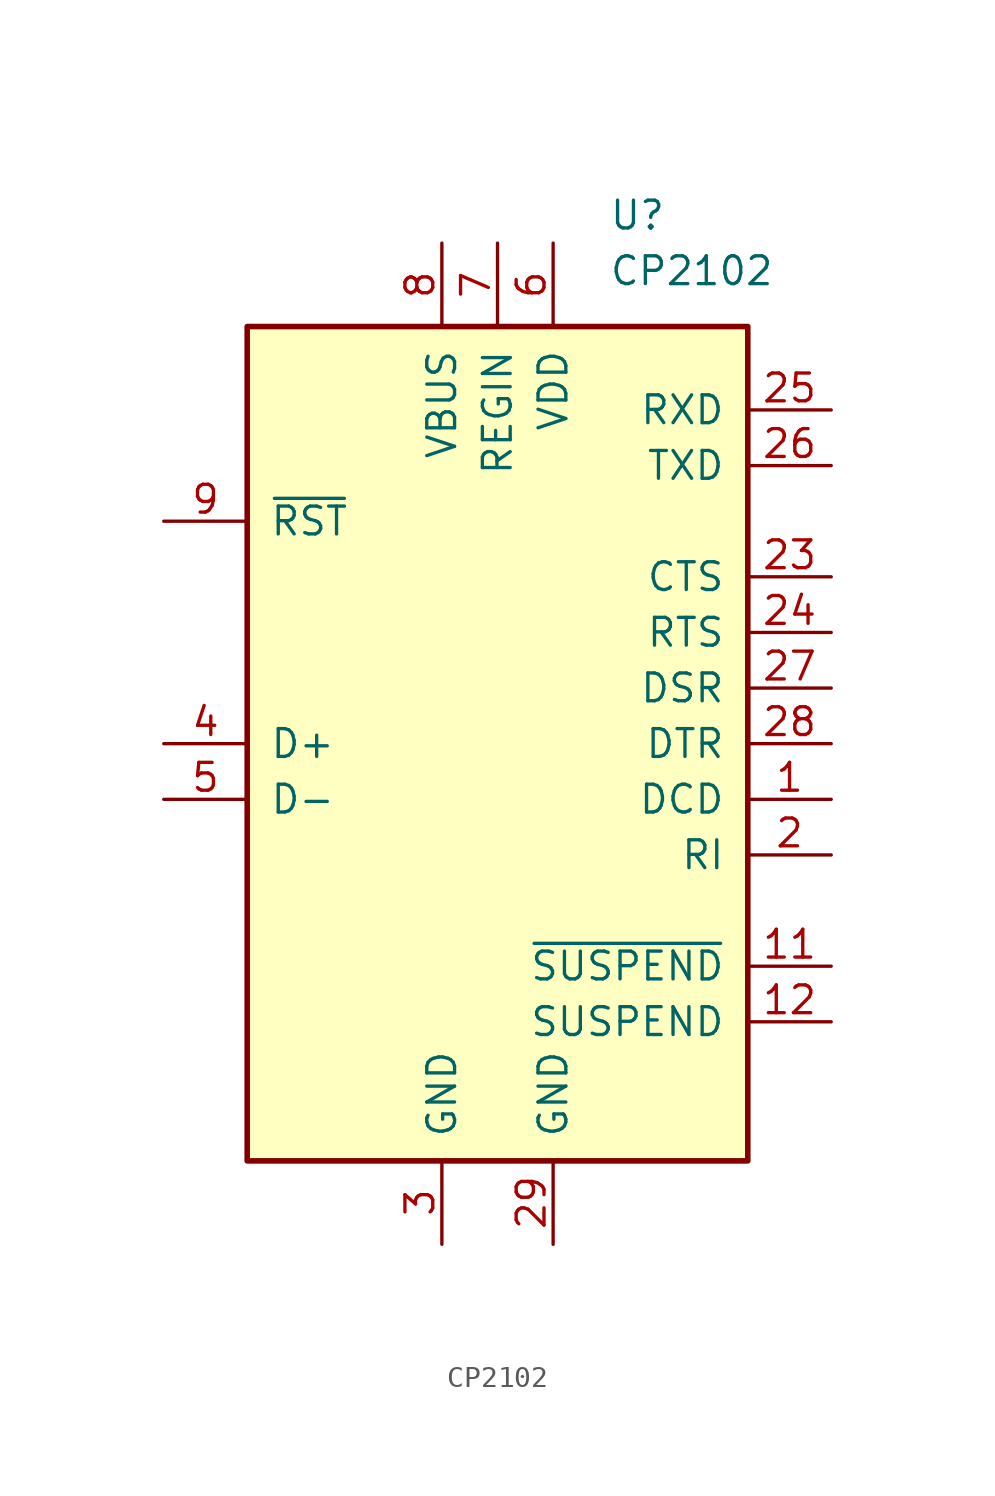
<source format=kicad_sym>
(kicad_symbol_lib
  (version 20201005)
  (generator kicad_symbol_editor)
  (symbol "KLIB_Interface:CP2102"
    (pin_names
      (offset 1.016))
    (property "Reference" "U"
      (at 5.08 24.13 0)
      (effects (font (size 1.27 1.27)) (justify left)))
    (property "Value" "CP2102"
      (at 5.08 21.59 0)
      (effects (font (size 1.27 1.27)) (justify left)))
    (symbol "CP2102_0_1"
      (rectangle (start -11.43 19.05) (end 11.43 -19.05) (stroke (width 0.254)) (fill (type background))))
    (symbol "CP2102_0_0"
      (pin input line (at 15.24 -2.54 180) (length 3.81) (name "DCD" (effects (font (size 1.27 1.27)))) (number "1" (effects (font (size 1.27 1.27)))))
      (pin unconnected line (at -15.24 15.24 0) (length 3.81) hide (name "NC" (effects (font (size 1.27 1.27)))) (number "10" (effects (font (size 1.27 1.27)))))
      (pin output line (at 15.24 -10.16 180) (length 3.81) (name "~SUSPEND" (effects (font (size 1.27 1.27)))) (number "11" (effects (font (size 1.27 1.27)))))
      (pin output line (at 15.24 -12.7 180) (length 3.81) (name "SUSPEND" (effects (font (size 1.27 1.27)))) (number "12" (effects (font (size 1.27 1.27)))))
      (pin unconnected line (at -15.24 12.7 0) (length 3.81) hide (name "NC" (effects (font (size 1.27 1.27)))) (number "13" (effects (font (size 1.27 1.27)))))
      (pin unconnected line (at -15.24 7.62 0) (length 3.81) hide (name "NC" (effects (font (size 1.27 1.27)))) (number "14" (effects (font (size 1.27 1.27)))))
      (pin unconnected line (at -15.24 5.08 0) (length 3.81) hide (name "NC" (effects (font (size 1.27 1.27)))) (number "15" (effects (font (size 1.27 1.27)))))
      (pin unconnected line (at -15.24 2.54 0) (length 3.81) hide (name "NC" (effects (font (size 1.27 1.27)))) (number "16" (effects (font (size 1.27 1.27)))))
      (pin unconnected line (at -15.24 -5.08 0) (length 3.81) hide (name "NC" (effects (font (size 1.27 1.27)))) (number "17" (effects (font (size 1.27 1.27)))))
      (pin unconnected line (at -15.24 -7.62 0) (length 3.81) hide (name "NC" (effects (font (size 1.27 1.27)))) (number "18" (effects (font (size 1.27 1.27)))))
      (pin unconnected line (at -15.24 -10.16 0) (length 3.81) hide (name "NC" (effects (font (size 1.27 1.27)))) (number "19" (effects (font (size 1.27 1.27)))))
      (pin input line (at 15.24 -5.08 180) (length 3.81) (name "RI" (effects (font (size 1.27 1.27)))) (number "2" (effects (font (size 1.27 1.27)))))
      (pin unconnected line (at -15.24 -12.7 0) (length 3.81) hide (name "NC" (effects (font (size 1.27 1.27)))) (number "20" (effects (font (size 1.27 1.27)))))
      (pin unconnected line (at -15.24 -15.24 0) (length 3.81) hide (name "NC" (effects (font (size 1.27 1.27)))) (number "21" (effects (font (size 1.27 1.27)))))
      (pin unconnected line (at -15.24 -17.78 0) (length 3.81) hide (name "NC" (effects (font (size 1.27 1.27)))) (number "22" (effects (font (size 1.27 1.27)))))
      (pin input line (at 15.24 7.62 180) (length 3.81) (name "CTS" (effects (font (size 1.27 1.27)))) (number "23" (effects (font (size 1.27 1.27)))))
      (pin output line (at 15.24 5.08 180) (length 3.81) (name "RTS" (effects (font (size 1.27 1.27)))) (number "24" (effects (font (size 1.27 1.27)))))
      (pin input line (at 15.24 15.24 180) (length 3.81) (name "RXD" (effects (font (size 1.27 1.27)))) (number "25" (effects (font (size 1.27 1.27)))))
      (pin output line (at 15.24 12.7 180) (length 3.81) (name "TXD" (effects (font (size 1.27 1.27)))) (number "26" (effects (font (size 1.27 1.27)))))
      (pin input line (at 15.24 2.54 180) (length 3.81) (name "DSR" (effects (font (size 1.27 1.27)))) (number "27" (effects (font (size 1.27 1.27)))))
      (pin output line (at 15.24 0 180) (length 3.81) (name "DTR" (effects (font (size 1.27 1.27)))) (number "28" (effects (font (size 1.27 1.27)))))
      (pin power_in line (at -2.54 -22.86 90) (length 3.81) (name "GND" (effects (font (size 1.27 1.27)))) (number "3" (effects (font (size 1.27 1.27)))))
      (pin passive line (at -15.24 0 0) (length 3.81) (name "D+" (effects (font (size 1.27 1.27)))) (number "4" (effects (font (size 1.27 1.27)))))
      (pin passive line (at -15.24 -2.54 0) (length 3.81) (name "D-" (effects (font (size 1.27 1.27)))) (number "5" (effects (font (size 1.27 1.27)))))
      (pin power_in line (at 2.54 22.86 270) (length 3.81) (name "VDD" (effects (font (size 1.27 1.27)))) (number "6" (effects (font (size 1.27 1.27)))))
      (pin power_in line (at 0 22.86 270) (length 3.81) (name "REGIN" (effects (font (size 1.27 1.27)))) (number "7" (effects (font (size 1.27 1.27)))))
      (pin power_in line (at -2.54 22.86 270) (length 3.81) (name "VBUS" (effects (font (size 1.27 1.27)))) (number "8" (effects (font (size 1.27 1.27)))))
      (pin input line (at -15.24 10.16 0) (length 3.81) (name "~RST" (effects (font (size 1.27 1.27)))) (number "9" (effects (font (size 1.27 1.27))))))
    (symbol "CP2102_1_1"
      (pin power_in line (at 2.54 -22.86 90) (length 3.81) (name "GND" (effects (font (size 1.27 1.27)))) (number "29" (effects (font (size 1.27 1.27))))))))
</source>
